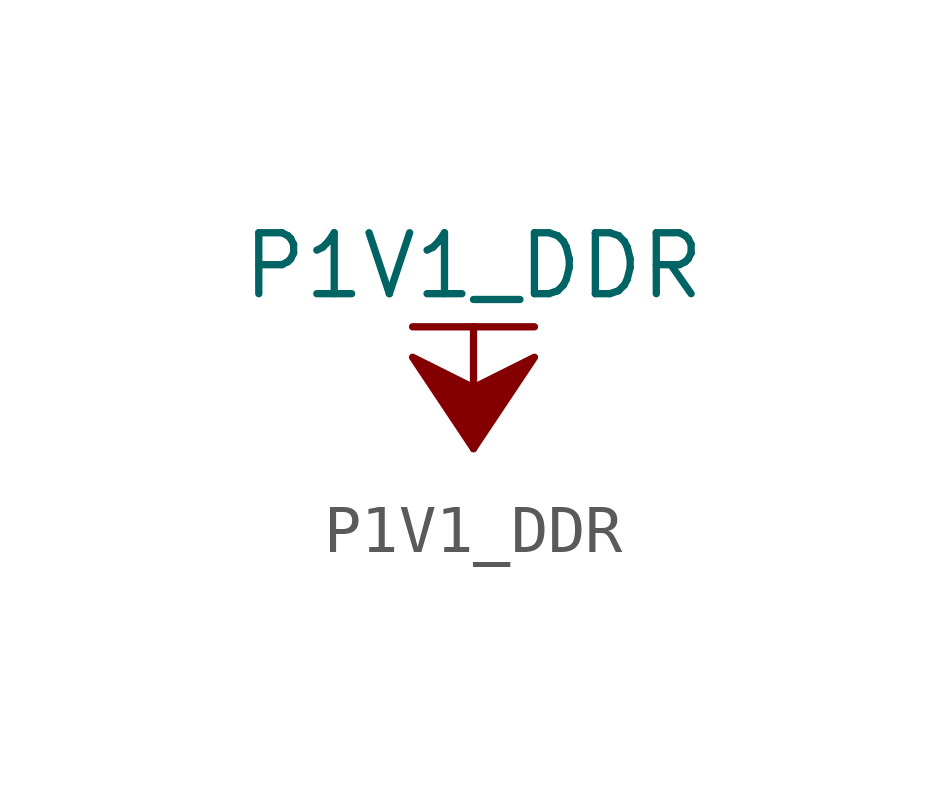
<source format=kicad_sym>
(kicad_symbol_lib
  (version 20211014)
  (generator kicad_symbol_editor)
  (symbol "P1V1_DDR"
    (power)
    (pin_names
      (offset 0))
    (property "Reference" "#PWR"
      (at 0 -3.81 0)
      (effects (font (size 1.27 1.27)) hide))
    (property "Value" "P1V1_DDR"
      (at 0 3.81 0)
      (effects (font (size 1.27 1.27))))
    (symbol "P1V1_DDR_0_1"
      (polyline (pts (xy -1.27 2.54) (xy 1.27 2.54)) (stroke (width 0.152) (type default) (color 0 0 0 0)) (fill (type none)))
      (polyline (pts (xy 0 0) (xy 0 2.54)) (stroke (width 0.152) (type default) (color 0 0 0 0)) (fill (type none)))
      (polyline (pts (xy 0 0) (xy 1.27 1.905) (xy 0 1.27) (xy -1.27 1.905) (xy 0 0)) (stroke (width 0.152) (type default) (color 0 0 0 0)) (fill (type outline))))
    (symbol "P1V1_DDR_1_1"
      (pin power_in line (at 0 0 90) (length 0) hide (name "P1V1_DDR" (effects (font (size 1.27 1.27)))) (number "1" (effects (font (size 1.27 1.27))))))))
</source>
